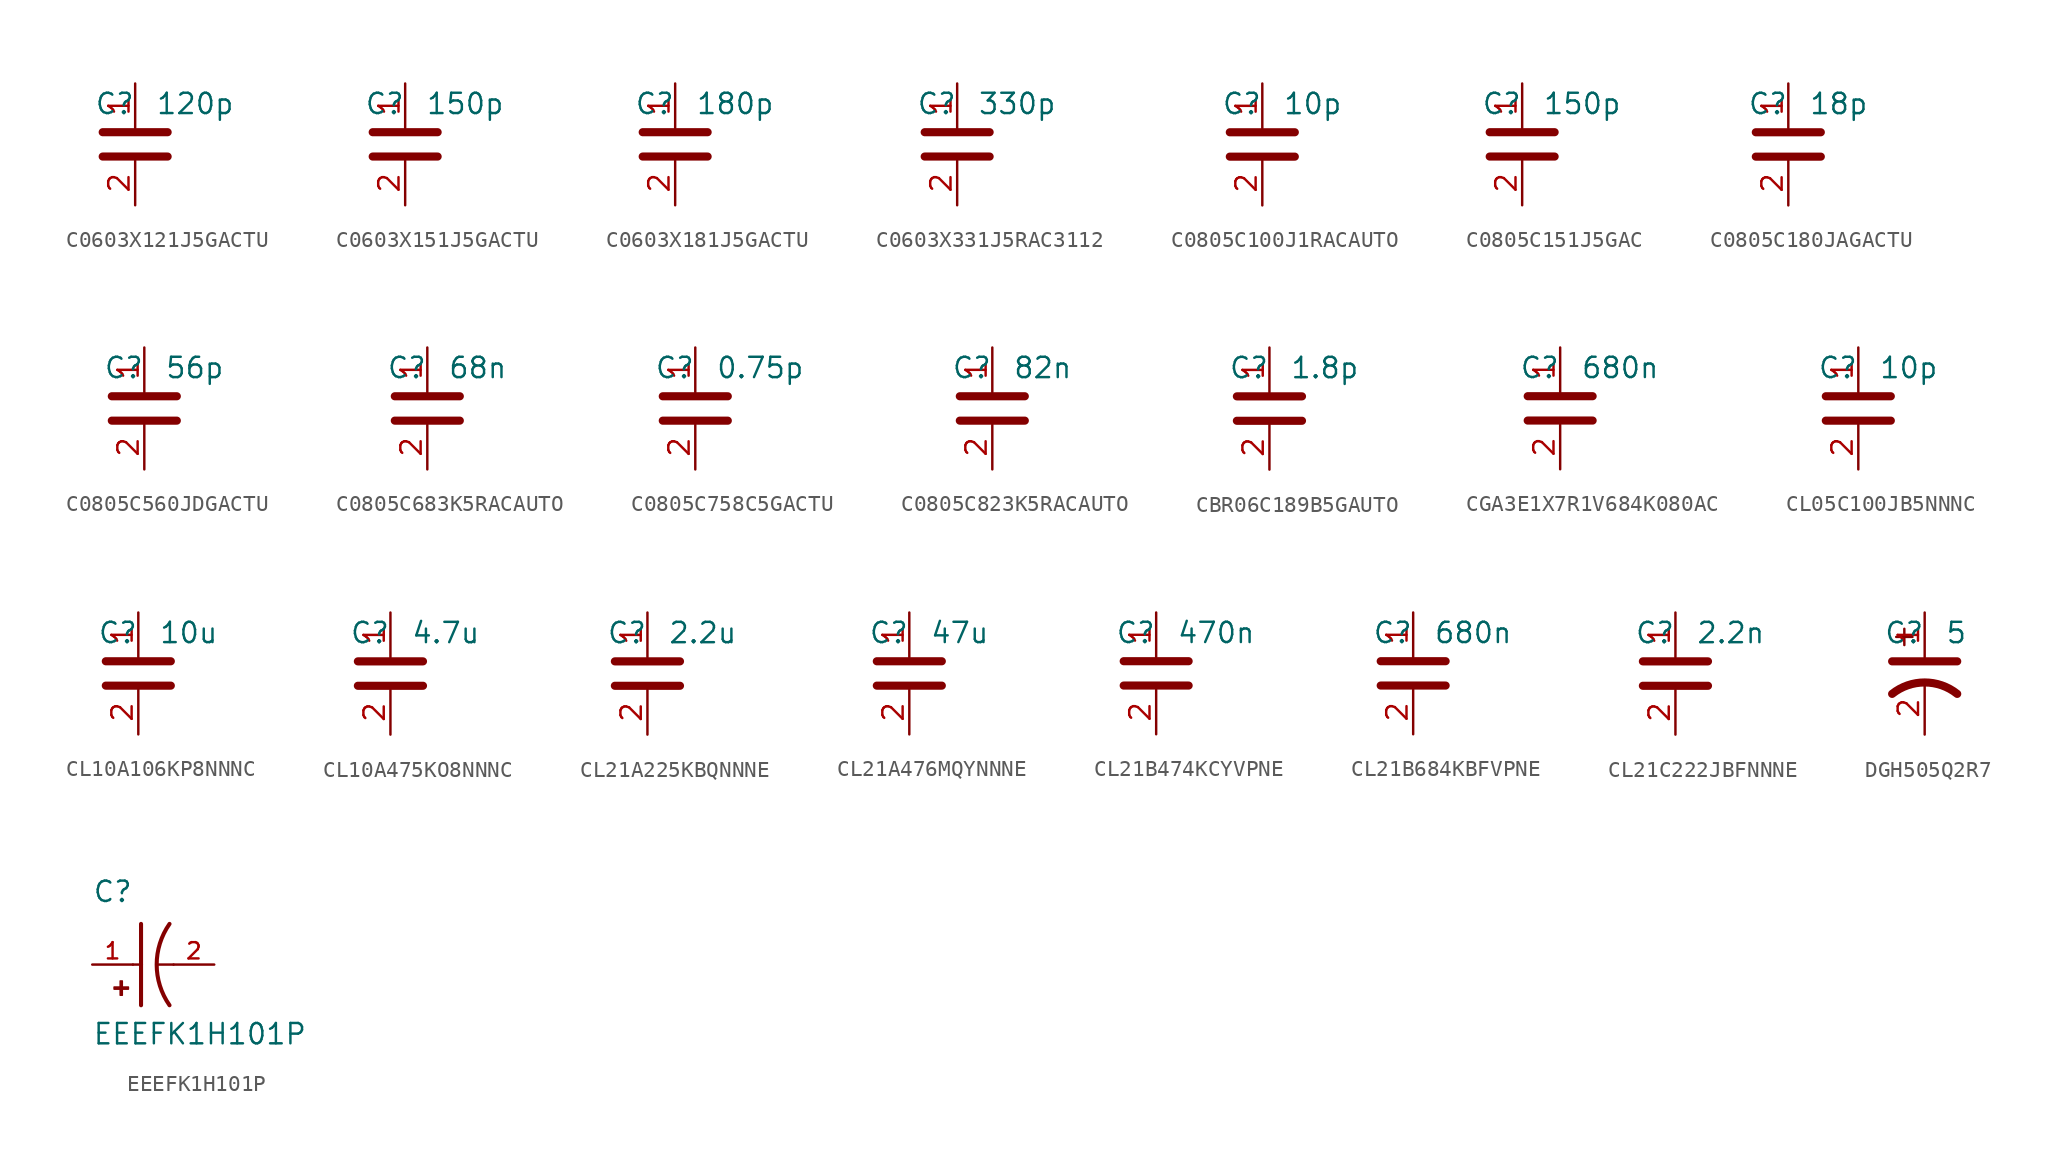
<source format=kicad_sym>
(kicad_symbol_lib
  (version 20241209)
  (generator "kicad_symbol_editor")
  (generator_version "9.0")
  (symbol "C0603X121J5GACTU"
    (property "Reference" "C"
      (at 0 2.54 0)
      (effects (font (size 1.27 1.27)) (justify right)))
    (property "Value" "120p"
      (at 1.27 2.54 0)
      (effects (font (size 1.27 1.27)) (justify left)))
    (symbol "C0603X121J5GACTU_0_1"
      (polyline (pts (xy -2.032 0.762) (xy 2.032 0.762)) (stroke (width 0.508) (type default)) (fill (type none)))
      (polyline (pts (xy -2.032 -0.762) (xy 2.032 -0.762)) (stroke (width 0.508) (type default)) (fill (type none))))
    (symbol "C0603X121J5GACTU_1_1"
      (pin passive line (at 0 3.81 270) (length 2.794) (name "~" (effects (font (size 1.27 1.27)))) (number "1" (effects (font (size 1.27 1.27)))))
      (pin passive line (at 0 -3.81 90) (length 2.794) (name "~" (effects (font (size 1.27 1.27)))) (number "2" (effects (font (size 1.27 1.27)))))))
  (symbol "C0603X151J5GACTU"
    (property "Reference" "C"
      (at 0 2.54 0)
      (effects (font (size 1.27 1.27)) (justify right)))
    (property "Value" "150p"
      (at 1.27 2.54 0)
      (effects (font (size 1.27 1.27)) (justify left)))
    (symbol "C0603X151J5GACTU_0_1"
      (polyline (pts (xy -2.032 0.762) (xy 2.032 0.762)) (stroke (width 0.508) (type default)) (fill (type none)))
      (polyline (pts (xy -2.032 -0.762) (xy 2.032 -0.762)) (stroke (width 0.508) (type default)) (fill (type none))))
    (symbol "C0603X151J5GACTU_1_1"
      (pin passive line (at 0 3.81 270) (length 2.794) (name "~" (effects (font (size 1.27 1.27)))) (number "1" (effects (font (size 1.27 1.27)))))
      (pin passive line (at 0 -3.81 90) (length 2.794) (name "~" (effects (font (size 1.27 1.27)))) (number "2" (effects (font (size 1.27 1.27)))))))
  (symbol "C0603X181J5GACTU"
    (property "Reference" "C"
      (at 0 2.54 0)
      (effects (font (size 1.27 1.27)) (justify right)))
    (property "Value" "180p"
      (at 1.27 2.54 0)
      (effects (font (size 1.27 1.27)) (justify left)))
    (symbol "C0603X181J5GACTU_0_1"
      (polyline (pts (xy -2.032 0.762) (xy 2.032 0.762)) (stroke (width 0.508) (type default)) (fill (type none)))
      (polyline (pts (xy -2.032 -0.762) (xy 2.032 -0.762)) (stroke (width 0.508) (type default)) (fill (type none))))
    (symbol "C0603X181J5GACTU_1_1"
      (pin passive line (at 0 3.81 270) (length 2.794) (name "~" (effects (font (size 1.27 1.27)))) (number "1" (effects (font (size 1.27 1.27)))))
      (pin passive line (at 0 -3.81 90) (length 2.794) (name "~" (effects (font (size 1.27 1.27)))) (number "2" (effects (font (size 1.27 1.27)))))))
  (symbol "C0603X331J5RAC3112"
    (property "Reference" "C"
      (at 0 2.54 0)
      (effects (font (size 1.27 1.27)) (justify right)))
    (property "Value" "330p"
      (at 1.27 2.54 0)
      (effects (font (size 1.27 1.27)) (justify left)))
    (symbol "C0603X331J5RAC3112_0_1"
      (polyline (pts (xy -2.032 0.762) (xy 2.032 0.762)) (stroke (width 0.508) (type default)) (fill (type none)))
      (polyline (pts (xy -2.032 -0.762) (xy 2.032 -0.762)) (stroke (width 0.508) (type default)) (fill (type none))))
    (symbol "C0603X331J5RAC3112_1_1"
      (pin passive line (at 0 3.81 270) (length 2.794) (name "~" (effects (font (size 1.27 1.27)))) (number "1" (effects (font (size 1.27 1.27)))))
      (pin passive line (at 0 -3.81 90) (length 2.794) (name "~" (effects (font (size 1.27 1.27)))) (number "2" (effects (font (size 1.27 1.27)))))))
  (symbol "C0805C100J1RACAUTO"
    (property "Reference" "C"
      (at 0 2.54 0)
      (effects (font (size 1.27 1.27)) (justify right)))
    (property "Value" "10p"
      (at 1.27 2.54 0)
      (effects (font (size 1.27 1.27)) (justify left)))
    (symbol "C0805C100J1RACAUTO_0_1"
      (polyline (pts (xy -2.032 0.762) (xy 2.032 0.762)) (stroke (width 0.508) (type default)) (fill (type none)))
      (polyline (pts (xy -2.032 -0.762) (xy 2.032 -0.762)) (stroke (width 0.508) (type default)) (fill (type none))))
    (symbol "C0805C100J1RACAUTO_1_1"
      (pin passive line (at 0 3.81 270) (length 2.794) (name "~" (effects (font (size 1.27 1.27)))) (number "1" (effects (font (size 1.27 1.27)))))
      (pin passive line (at 0 -3.81 90) (length 2.794) (name "~" (effects (font (size 1.27 1.27)))) (number "2" (effects (font (size 1.27 1.27)))))))
  (symbol "C0805C151J5GAC"
    (property "Reference" "C"
      (at 0 2.54 0)
      (effects (font (size 1.27 1.27)) (justify right)))
    (property "Value" "150p"
      (at 1.27 2.54 0)
      (effects (font (size 1.27 1.27)) (justify left)))
    (symbol "C0805C151J5GAC_0_1"
      (polyline (pts (xy -2.032 0.762) (xy 2.032 0.762)) (stroke (width 0.508) (type default)) (fill (type none)))
      (polyline (pts (xy -2.032 -0.762) (xy 2.032 -0.762)) (stroke (width 0.508) (type default)) (fill (type none))))
    (symbol "C0805C151J5GAC_1_1"
      (pin passive line (at 0 3.81 270) (length 2.794) (name "~" (effects (font (size 1.27 1.27)))) (number "1" (effects (font (size 1.27 1.27)))))
      (pin passive line (at 0 -3.81 90) (length 2.794) (name "~" (effects (font (size 1.27 1.27)))) (number "2" (effects (font (size 1.27 1.27)))))))
  (symbol "C0805C180JAGACTU"
    (property "Reference" "C"
      (at 0 2.54 0)
      (effects (font (size 1.27 1.27)) (justify right)))
    (property "Value" "18p"
      (at 1.27 2.54 0)
      (effects (font (size 1.27 1.27)) (justify left)))
    (symbol "C0805C180JAGACTU_0_1"
      (polyline (pts (xy -2.032 0.762) (xy 2.032 0.762)) (stroke (width 0.508) (type default)) (fill (type none)))
      (polyline (pts (xy -2.032 -0.762) (xy 2.032 -0.762)) (stroke (width 0.508) (type default)) (fill (type none))))
    (symbol "C0805C180JAGACTU_1_1"
      (pin passive line (at 0 3.81 270) (length 2.794) (name "~" (effects (font (size 1.27 1.27)))) (number "1" (effects (font (size 1.27 1.27)))))
      (pin passive line (at 0 -3.81 90) (length 2.794) (name "~" (effects (font (size 1.27 1.27)))) (number "2" (effects (font (size 1.27 1.27)))))))
  (symbol "C0805C560JDGACTU"
    (property "Reference" "C"
      (at 0 2.54 0)
      (effects (font (size 1.27 1.27)) (justify right)))
    (property "Value" "56p"
      (at 1.27 2.54 0)
      (effects (font (size 1.27 1.27)) (justify left)))
    (symbol "C0805C560JDGACTU_0_1"
      (polyline (pts (xy -2.032 0.762) (xy 2.032 0.762)) (stroke (width 0.508) (type default)) (fill (type none)))
      (polyline (pts (xy -2.032 -0.762) (xy 2.032 -0.762)) (stroke (width 0.508) (type default)) (fill (type none))))
    (symbol "C0805C560JDGACTU_1_1"
      (pin passive line (at 0 3.81 270) (length 2.794) (name "~" (effects (font (size 1.27 1.27)))) (number "1" (effects (font (size 1.27 1.27)))))
      (pin passive line (at 0 -3.81 90) (length 2.794) (name "~" (effects (font (size 1.27 1.27)))) (number "2" (effects (font (size 1.27 1.27)))))))
  (symbol "C0805C683K5RACAUTO"
    (property "Reference" "C"
      (at 0 2.54 0)
      (effects (font (size 1.27 1.27)) (justify right)))
    (property "Value" "68n"
      (at 1.27 2.54 0)
      (effects (font (size 1.27 1.27)) (justify left)))
    (symbol "C0805C683K5RACAUTO_0_1"
      (polyline (pts (xy -2.032 0.762) (xy 2.032 0.762)) (stroke (width 0.508) (type default)) (fill (type none)))
      (polyline (pts (xy -2.032 -0.762) (xy 2.032 -0.762)) (stroke (width 0.508) (type default)) (fill (type none))))
    (symbol "C0805C683K5RACAUTO_1_1"
      (pin passive line (at 0 3.81 270) (length 2.794) (name "~" (effects (font (size 1.27 1.27)))) (number "1" (effects (font (size 1.27 1.27)))))
      (pin passive line (at 0 -3.81 90) (length 2.794) (name "~" (effects (font (size 1.27 1.27)))) (number "2" (effects (font (size 1.27 1.27)))))))
  (symbol "C0805C758C5GACTU"
    (property "Reference" "C"
      (at 0 2.54 0)
      (effects (font (size 1.27 1.27)) (justify right)))
    (property "Value" "0.75p"
      (at 1.27 2.54 0)
      (effects (font (size 1.27 1.27)) (justify left)))
    (symbol "C0805C758C5GACTU_0_1"
      (polyline (pts (xy -2.032 0.762) (xy 2.032 0.762)) (stroke (width 0.508) (type default)) (fill (type none)))
      (polyline (pts (xy -2.032 -0.762) (xy 2.032 -0.762)) (stroke (width 0.508) (type default)) (fill (type none))))
    (symbol "C0805C758C5GACTU_1_1"
      (pin passive line (at 0 3.81 270) (length 2.794) (name "~" (effects (font (size 1.27 1.27)))) (number "1" (effects (font (size 1.27 1.27)))))
      (pin passive line (at 0 -3.81 90) (length 2.794) (name "~" (effects (font (size 1.27 1.27)))) (number "2" (effects (font (size 1.27 1.27)))))))
  (symbol "C0805C823K5RACAUTO"
    (property "Reference" "C"
      (at 0 2.54 0)
      (effects (font (size 1.27 1.27)) (justify right)))
    (property "Value" "82n"
      (at 1.27 2.54 0)
      (effects (font (size 1.27 1.27)) (justify left)))
    (symbol "C0805C823K5RACAUTO_0_1"
      (polyline (pts (xy -2.032 0.762) (xy 2.032 0.762)) (stroke (width 0.508) (type default)) (fill (type none)))
      (polyline (pts (xy -2.032 -0.762) (xy 2.032 -0.762)) (stroke (width 0.508) (type default)) (fill (type none))))
    (symbol "C0805C823K5RACAUTO_1_1"
      (pin passive line (at 0 3.81 270) (length 2.794) (name "~" (effects (font (size 1.27 1.27)))) (number "1" (effects (font (size 1.27 1.27)))))
      (pin passive line (at 0 -3.81 90) (length 2.794) (name "~" (effects (font (size 1.27 1.27)))) (number "2" (effects (font (size 1.27 1.27)))))))
  (symbol "CBR06C189B5GAUTO"
    (property "Reference" "C"
      (at 0 2.54 0)
      (effects (font (size 1.27 1.27)) (justify right)))
    (property "Value" "1.8p"
      (at 1.27 2.54 0)
      (effects (font (size 1.27 1.27)) (justify left)))
    (symbol "CBR06C189B5GAUTO_0_1"
      (polyline (pts (xy -2.032 0.762) (xy 2.032 0.762)) (stroke (width 0.508) (type default)) (fill (type none)))
      (polyline (pts (xy -2.032 -0.762) (xy 2.032 -0.762)) (stroke (width 0.508) (type default)) (fill (type none))))
    (symbol "CBR06C189B5GAUTO_1_1"
      (pin passive line (at 0 3.81 270) (length 2.794) (name "~" (effects (font (size 1.27 1.27)))) (number "1" (effects (font (size 1.27 1.27)))))
      (pin passive line (at 0 -3.81 90) (length 2.794) (name "~" (effects (font (size 1.27 1.27)))) (number "2" (effects (font (size 1.27 1.27)))))))
  (symbol "CGA3E1X7R1V684K080AC"
    (property "Reference" "C"
      (at 0 2.54 0)
      (effects (font (size 1.27 1.27)) (justify right)))
    (property "Value" "680n"
      (at 1.27 2.54 0)
      (effects (font (size 1.27 1.27)) (justify left)))
    (symbol "CGA3E1X7R1V684K080AC_0_1"
      (polyline (pts (xy -2.032 0.762) (xy 2.032 0.762)) (stroke (width 0.508) (type default)) (fill (type none)))
      (polyline (pts (xy -2.032 -0.762) (xy 2.032 -0.762)) (stroke (width 0.508) (type default)) (fill (type none))))
    (symbol "CGA3E1X7R1V684K080AC_1_1"
      (pin passive line (at 0 3.81 270) (length 2.794) (name "~" (effects (font (size 1.27 1.27)))) (number "1" (effects (font (size 1.27 1.27)))))
      (pin passive line (at 0 -3.81 90) (length 2.794) (name "~" (effects (font (size 1.27 1.27)))) (number "2" (effects (font (size 1.27 1.27)))))))
  (symbol "CL05C100JB5NNNC"
    (property "Reference" "C"
      (at 0 2.54 0)
      (effects (font (size 1.27 1.27)) (justify right)))
    (property "Value" "10p"
      (at 1.27 2.54 0)
      (effects (font (size 1.27 1.27)) (justify left)))
    (symbol "CL05C100JB5NNNC_0_1"
      (polyline (pts (xy -2.032 0.762) (xy 2.032 0.762)) (stroke (width 0.508) (type default)) (fill (type none)))
      (polyline (pts (xy -2.032 -0.762) (xy 2.032 -0.762)) (stroke (width 0.508) (type default)) (fill (type none))))
    (symbol "CL05C100JB5NNNC_1_1"
      (pin passive line (at 0 3.81 270) (length 2.794) (name "~" (effects (font (size 1.27 1.27)))) (number "1" (effects (font (size 1.27 1.27)))))
      (pin passive line (at 0 -3.81 90) (length 2.794) (name "~" (effects (font (size 1.27 1.27)))) (number "2" (effects (font (size 1.27 1.27)))))))
  (symbol "CL10A106KP8NNNC"
    (property "Reference" "C"
      (at 0 2.54 0)
      (effects (font (size 1.27 1.27)) (justify right)))
    (property "Value" "10u"
      (at 1.27 2.54 0)
      (effects (font (size 1.27 1.27)) (justify left)))
    (symbol "CL10A106KP8NNNC_0_1"
      (polyline (pts (xy -2.032 0.762) (xy 2.032 0.762)) (stroke (width 0.508) (type default)) (fill (type none)))
      (polyline (pts (xy -2.032 -0.762) (xy 2.032 -0.762)) (stroke (width 0.508) (type default)) (fill (type none))))
    (symbol "CL10A106KP8NNNC_1_1"
      (pin passive line (at 0 3.81 270) (length 2.794) (name "~" (effects (font (size 1.27 1.27)))) (number "1" (effects (font (size 1.27 1.27)))))
      (pin passive line (at 0 -3.81 90) (length 2.794) (name "~" (effects (font (size 1.27 1.27)))) (number "2" (effects (font (size 1.27 1.27)))))))
  (symbol "CL10A475KO8NNNC"
    (property "Reference" "C"
      (at 0 2.54 0)
      (effects (font (size 1.27 1.27)) (justify right)))
    (property "Value" "4.7u"
      (at 1.27 2.54 0)
      (effects (font (size 1.27 1.27)) (justify left)))
    (symbol "CL10A475KO8NNNC_0_1"
      (polyline (pts (xy -2.032 0.762) (xy 2.032 0.762)) (stroke (width 0.508) (type default)) (fill (type none)))
      (polyline (pts (xy -2.032 -0.762) (xy 2.032 -0.762)) (stroke (width 0.508) (type default)) (fill (type none))))
    (symbol "CL10A475KO8NNNC_1_1"
      (pin passive line (at 0 3.81 270) (length 2.794) (name "~" (effects (font (size 1.27 1.27)))) (number "1" (effects (font (size 1.27 1.27)))))
      (pin passive line (at 0 -3.81 90) (length 2.794) (name "~" (effects (font (size 1.27 1.27)))) (number "2" (effects (font (size 1.27 1.27)))))))
  (symbol "CL21A225KBQNNNE"
    (property "Reference" "C"
      (at 0 2.54 0)
      (effects (font (size 1.27 1.27)) (justify right)))
    (property "Value" "2.2u"
      (at 1.27 2.54 0)
      (effects (font (size 1.27 1.27)) (justify left)))
    (symbol "CL21A225KBQNNNE_0_1"
      (polyline (pts (xy -2.032 0.762) (xy 2.032 0.762)) (stroke (width 0.508) (type default)) (fill (type none)))
      (polyline (pts (xy -2.032 -0.762) (xy 2.032 -0.762)) (stroke (width 0.508) (type default)) (fill (type none))))
    (symbol "CL21A225KBQNNNE_1_1"
      (pin passive line (at 0 3.81 270) (length 2.794) (name "~" (effects (font (size 1.27 1.27)))) (number "1" (effects (font (size 1.27 1.27)))))
      (pin passive line (at 0 -3.81 90) (length 2.794) (name "~" (effects (font (size 1.27 1.27)))) (number "2" (effects (font (size 1.27 1.27)))))))
  (symbol "CL21A476MQYNNNE"
    (property "Reference" "C"
      (at 0 2.54 0)
      (effects (font (size 1.27 1.27)) (justify right)))
    (property "Value" "47u"
      (at 1.27 2.54 0)
      (effects (font (size 1.27 1.27)) (justify left)))
    (symbol "CL21A476MQYNNNE_0_1"
      (polyline (pts (xy -2.032 0.762) (xy 2.032 0.762)) (stroke (width 0.508) (type default)) (fill (type none)))
      (polyline (pts (xy -2.032 -0.762) (xy 2.032 -0.762)) (stroke (width 0.508) (type default)) (fill (type none))))
    (symbol "CL21A476MQYNNNE_1_1"
      (pin passive line (at 0 3.81 270) (length 2.794) (name "~" (effects (font (size 1.27 1.27)))) (number "1" (effects (font (size 1.27 1.27)))))
      (pin passive line (at 0 -3.81 90) (length 2.794) (name "~" (effects (font (size 1.27 1.27)))) (number "2" (effects (font (size 1.27 1.27)))))))
  (symbol "CL21B474KCYVPNE"
    (property "Reference" "C"
      (at 0 2.54 0)
      (effects (font (size 1.27 1.27)) (justify right)))
    (property "Value" "470n"
      (at 1.27 2.54 0)
      (effects (font (size 1.27 1.27)) (justify left)))
    (symbol "CL21B474KCYVPNE_0_1"
      (polyline (pts (xy -2.032 0.762) (xy 2.032 0.762)) (stroke (width 0.508) (type default)) (fill (type none)))
      (polyline (pts (xy -2.032 -0.762) (xy 2.032 -0.762)) (stroke (width 0.508) (type default)) (fill (type none))))
    (symbol "CL21B474KCYVPNE_1_1"
      (pin passive line (at 0 3.81 270) (length 2.794) (name "~" (effects (font (size 1.27 1.27)))) (number "1" (effects (font (size 1.27 1.27)))))
      (pin passive line (at 0 -3.81 90) (length 2.794) (name "~" (effects (font (size 1.27 1.27)))) (number "2" (effects (font (size 1.27 1.27)))))))
  (symbol "CL21B684KBFVPNE"
    (property "Reference" "C"
      (at 0 2.54 0)
      (effects (font (size 1.27 1.27)) (justify right)))
    (property "Value" "680n"
      (at 1.27 2.54 0)
      (effects (font (size 1.27 1.27)) (justify left)))
    (symbol "CL21B684KBFVPNE_0_1"
      (polyline (pts (xy -2.032 0.762) (xy 2.032 0.762)) (stroke (width 0.508) (type default)) (fill (type none)))
      (polyline (pts (xy -2.032 -0.762) (xy 2.032 -0.762)) (stroke (width 0.508) (type default)) (fill (type none))))
    (symbol "CL21B684KBFVPNE_1_1"
      (pin passive line (at 0 3.81 270) (length 2.794) (name "~" (effects (font (size 1.27 1.27)))) (number "1" (effects (font (size 1.27 1.27)))))
      (pin passive line (at 0 -3.81 90) (length 2.794) (name "~" (effects (font (size 1.27 1.27)))) (number "2" (effects (font (size 1.27 1.27)))))))
  (symbol "CL21C222JBFNNNE"
    (property "Reference" "C"
      (at 0 2.54 0)
      (effects (font (size 1.27 1.27)) (justify right)))
    (property "Value" "2.2n"
      (at 1.27 2.54 0)
      (effects (font (size 1.27 1.27)) (justify left)))
    (symbol "CL21C222JBFNNNE_0_1"
      (polyline (pts (xy -2.032 0.762) (xy 2.032 0.762)) (stroke (width 0.508) (type default)) (fill (type none)))
      (polyline (pts (xy -2.032 -0.762) (xy 2.032 -0.762)) (stroke (width 0.508) (type default)) (fill (type none))))
    (symbol "CL21C222JBFNNNE_1_1"
      (pin passive line (at 0 3.81 270) (length 2.794) (name "~" (effects (font (size 1.27 1.27)))) (number "1" (effects (font (size 1.27 1.27)))))
      (pin passive line (at 0 -3.81 90) (length 2.794) (name "~" (effects (font (size 1.27 1.27)))) (number "2" (effects (font (size 1.27 1.27)))))))
  (symbol "DGH505Q2R7"
    (property "Reference" "C"
      (at 0 2.54 0)
      (effects (font (size 1.27 1.27)) (justify right)))
    (property "Value" "5"
      (at 1.27 2.54 0)
      (effects (font (size 1.27 1.27)) (justify left)))
    (symbol "DGH505Q2R7_0_1"
      (polyline (pts (xy -2.032 0.762) (xy 2.032 0.762)) (stroke (width 0.508) (type default)) (fill (type none)))
      (polyline (pts (xy -1.778 2.286) (xy -0.762 2.286)) (stroke (width 0) (type default)) (fill (type none)))
      (polyline (pts (xy -1.27 1.778) (xy -1.27 2.794)) (stroke (width 0) (type default)) (fill (type none)))
      (arc (start -2.032 -1.27) (mid 0 -0.5572) (end 2.032 -1.27) (stroke (width 0.508) (type default)) (fill (type none))))
    (symbol "DGH505Q2R7_1_1"
      (pin passive line (at 0 3.81 270) (length 2.794) (name "~" (effects (font (size 1.27 1.27)))) (number "1" (effects (font (size 1.27 1.27)))))
      (pin passive line (at 0 -3.81 90) (length 3.302) (name "~" (effects (font (size 1.27 1.27)))) (number "2" (effects (font (size 1.27 1.27)))))))
  (symbol "EEEFK1H101P"
    (pin_names
      (offset 1.016))
    (property "Reference" "C"
      (at -2.54 3.81 0)
      (effects (font (size 1.27 1.27)) (justify left bottom)))
    (property "Value" "EEEFK1H101P"
      (at -2.54 -5.08 0)
      (effects (font (size 1.27 1.27)) (justify left bottom)))
    (symbol "EEEFK1H101P_0_0"
      (rectangle (start -1.173 -1.532) (end -0.284 -1.405) (stroke (width 0.1) (type default)) (fill (type outline)))
      (rectangle (start -0.792 -1.913) (end -0.665 -1.024) (stroke (width 0.1) (type default)) (fill (type outline)))
      (polyline (pts (xy 0 0) (xy 0.508 0)) (stroke (width 0.152) (type default)) (fill (type none)))
      (polyline (pts (xy 0.508 2.54) (xy 0.508 0)) (stroke (width 0.254) (type default)) (fill (type none)))
      (polyline (pts (xy 0.508 0) (xy 0.508 -2.54)) (stroke (width 0.254) (type default)) (fill (type none)))
      (polyline (pts (xy 2.54 0) (xy 1.524 0)) (stroke (width 0.152) (type default)) (fill (type none)))
      (arc (start 2.286 -2.54) (mid 1.4851 0) (end 2.286 2.54) (stroke (width 0.254) (type default)) (fill (type none)))
      (pin passive line (at -2.54 0 0) (length 2.54) (name "~" (effects (font (size 1.016 1.016)))) (number "1" (effects (font (size 1.016 1.016)))))
      (pin passive line (at 5.08 0 180) (length 2.54) (name "~" (effects (font (size 1.016 1.016)))) (number "2" (effects (font (size 1.016 1.016))))))))
</source>
